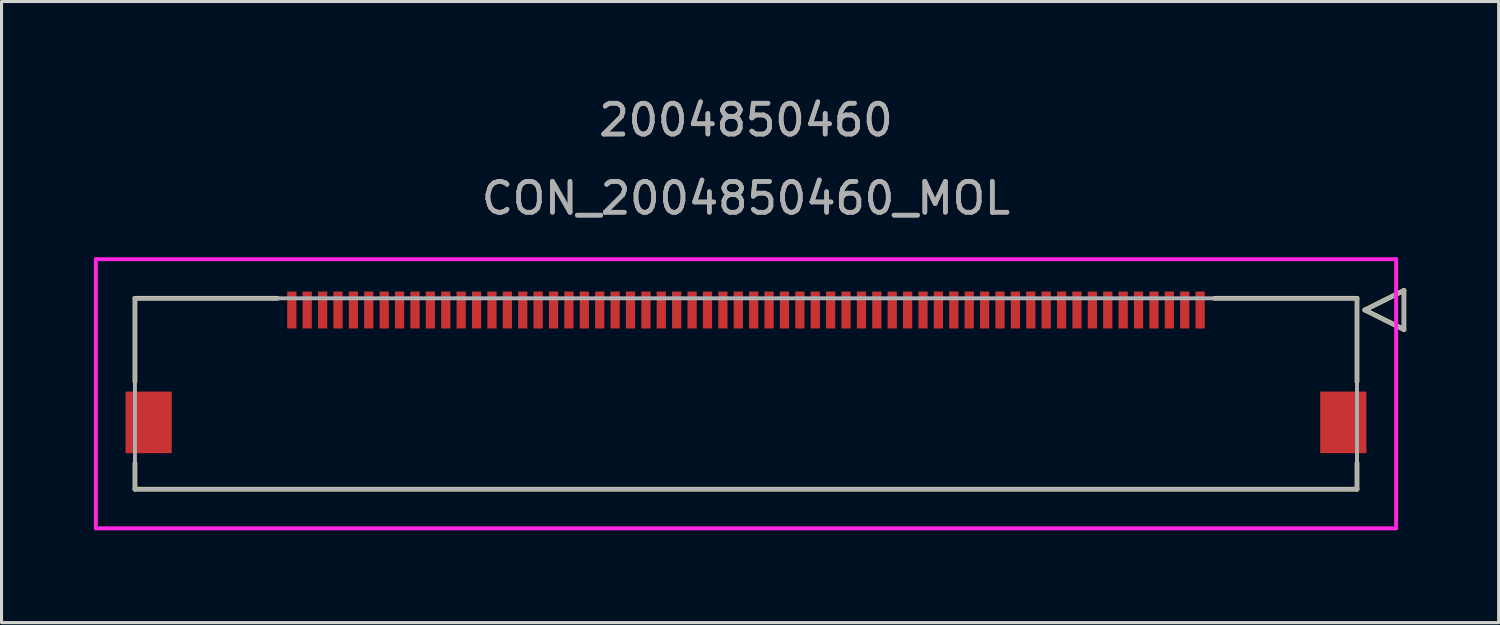
<source format=kicad_pcb>
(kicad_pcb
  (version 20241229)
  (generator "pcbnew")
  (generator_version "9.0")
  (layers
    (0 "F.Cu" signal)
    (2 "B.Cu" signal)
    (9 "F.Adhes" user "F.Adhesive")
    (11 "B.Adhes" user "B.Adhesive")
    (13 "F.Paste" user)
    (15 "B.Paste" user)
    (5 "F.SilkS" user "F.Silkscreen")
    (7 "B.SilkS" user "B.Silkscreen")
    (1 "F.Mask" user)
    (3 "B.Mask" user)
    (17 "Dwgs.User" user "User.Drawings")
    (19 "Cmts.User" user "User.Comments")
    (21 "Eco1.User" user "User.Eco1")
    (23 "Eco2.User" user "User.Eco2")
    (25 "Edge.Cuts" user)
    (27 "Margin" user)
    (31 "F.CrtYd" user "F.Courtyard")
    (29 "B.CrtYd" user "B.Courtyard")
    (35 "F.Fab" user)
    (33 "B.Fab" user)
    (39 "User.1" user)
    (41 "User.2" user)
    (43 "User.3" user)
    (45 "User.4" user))
  (footprint "CON_2004850460_MOL"
    (layer "F.Cu")
    (at 21.178 9.738)
    (property "Reference" "CON_2004850460_MOL" (at 0 -6.35 0) (unlocked yes) (layer "F.Fab") (effects (font (size 1 1) (thickness 0.15))))
    (attr smd)
    (fp_line (start -19.845 -3.1) (end -19.845 -0.39) (stroke (width 0.152) (type solid)) (layer "F.SilkS"))
    (fp_line (start -19.845 2.25) (end -19.845 3.1) (stroke (width 0.152) (type solid)) (layer "F.SilkS"))
    (fp_line (start -19.845 3.1) (end 19.845 3.1) (stroke (width 0.152) (type solid)) (layer "F.SilkS"))
    (fp_line (start -15.22 -3.1) (end -19.845 -3.1) (stroke (width 0.152) (type solid)) (layer "F.SilkS"))
    (fp_line (start 19.845 -3.1) (end 15.22 -3.1) (stroke (width 0.152) (type solid)) (layer "F.SilkS"))
    (fp_line (start 19.845 -0.39) (end 19.845 -3.1) (stroke (width 0.152) (type solid)) (layer "F.SilkS"))
    (fp_line (start 19.845 3.1) (end 19.845 2.25) (stroke (width 0.152) (type solid)) (layer "F.SilkS"))
    (fp_line (start 20.099 -2.72) (end 21.369 -3.355) (stroke (width 0.152) (type solid)) (layer "F.SilkS"))
    (fp_line (start 21.369 -3.355) (end 21.369 -2.085) (stroke (width 0.152) (type solid)) (layer "F.SilkS"))
    (fp_line (start 21.369 -2.085) (end 20.099 -2.72) (stroke (width 0.152) (type solid)) (layer "F.SilkS"))
    (fp_line (start -21.115 -4.37) (end -21.115 4.37) (stroke (width 0.127) (type solid)) (layer "F.CrtYd"))
    (fp_line (start -21.115 4.37) (end 21.115 4.37) (stroke (width 0.127) (type solid)) (layer "F.CrtYd"))
    (fp_line (start 21.115 -4.37) (end -21.115 -4.37) (stroke (width 0.127) (type solid)) (layer "F.CrtYd"))
    (fp_line (start 21.115 4.37) (end 21.115 -4.37) (stroke (width 0.127) (type solid)) (layer "F.CrtYd"))
    (fp_line (start -19.845 -3.1) (end -19.845 3.1) (stroke (width 0.127) (type solid)) (layer "F.Fab"))
    (fp_line (start -19.845 3.1) (end 19.845 3.1) (stroke (width 0.127) (type solid)) (layer "F.Fab"))
    (fp_line (start 19.845 -3.1) (end -19.845 -3.1) (stroke (width 0.127) (type solid)) (layer "F.Fab"))
    (fp_line (start 19.845 3.1) (end 19.845 -3.1) (stroke (width 0.127) (type solid)) (layer "F.Fab"))
    (fp_line (start 20.099 -2.72) (end 21.369 -3.355) (stroke (width 0.127) (type solid)) (layer "F.Fab"))
    (fp_line (start 21.369 -3.355) (end 21.369 -2.085) (stroke (width 0.127) (type solid)) (layer "F.Fab"))
    (fp_line (start 21.369 -2.085) (end 20.099 -2.72) (stroke (width 0.127) (type solid)) (layer "F.Fab"))
    (fp_text user "2004850460" (at 0 -8.89 0) (unlocked yes) (layer "F.Fab") (effects (font (size 1 1) (thickness 0.15))))
    (fp_text user "${REFERENCE}" (at 0 -6.35 0) (unlocked yes) (layer "F.Fab") (effects (font (size 1 1) (thickness 0.15))))
    (fp_text user "2004850460" (at 0 -8.89 0) (unlocked yes) (layer "F.Fab") (effects (font (size 1 1) (thickness 0.15))))
    (pad "1" smd rect (at 14.75 -2.72) (size 0.3 1.2) (layers "F.Cu" "F.Mask" "F.Paste"))
    (pad "2" smd rect (at 14.25 -2.72) (size 0.3 1.2) (layers "F.Cu" "F.Mask" "F.Paste"))
    (pad "3" smd rect (at 13.75 -2.72) (size 0.3 1.2) (layers "F.Cu" "F.Mask" "F.Paste"))
    (pad "4" smd rect (at 13.25 -2.72) (size 0.3 1.2) (layers "F.Cu" "F.Mask" "F.Paste"))
    (pad "5" smd rect (at 12.75 -2.72) (size 0.3 1.2) (layers "F.Cu" "F.Mask" "F.Paste"))
    (pad "6" smd rect (at 12.25 -2.72) (size 0.3 1.2) (layers "F.Cu" "F.Mask" "F.Paste"))
    (pad "7" smd rect (at 11.75 -2.72) (size 0.3 1.2) (layers "F.Cu" "F.Mask" "F.Paste"))
    (pad "8" smd rect (at 11.25 -2.72) (size 0.3 1.2) (layers "F.Cu" "F.Mask" "F.Paste"))
    (pad "9" smd rect (at 10.75 -2.72) (size 0.3 1.2) (layers "F.Cu" "F.Mask" "F.Paste"))
    (pad "10" smd rect (at 10.25 -2.72) (size 0.3 1.2) (layers "F.Cu" "F.Mask" "F.Paste"))
    (pad "11" smd rect (at 9.75 -2.72) (size 0.3 1.2) (layers "F.Cu" "F.Mask" "F.Paste"))
    (pad "12" smd rect (at 9.25 -2.72) (size 0.3 1.2) (layers "F.Cu" "F.Mask" "F.Paste"))
    (pad "13" smd rect (at 8.75 -2.72) (size 0.3 1.2) (layers "F.Cu" "F.Mask" "F.Paste"))
    (pad "14" smd rect (at 8.25 -2.72) (size 0.3 1.2) (layers "F.Cu" "F.Mask" "F.Paste"))
    (pad "15" smd rect (at 7.75 -2.72) (size 0.3 1.2) (layers "F.Cu" "F.Mask" "F.Paste"))
    (pad "16" smd rect (at 7.25 -2.72) (size 0.3 1.2) (layers "F.Cu" "F.Mask" "F.Paste"))
    (pad "17" smd rect (at 6.75 -2.72) (size 0.3 1.2) (layers "F.Cu" "F.Mask" "F.Paste"))
    (pad "18" smd rect (at 6.25 -2.72) (size 0.3 1.2) (layers "F.Cu" "F.Mask" "F.Paste"))
    (pad "19" smd rect (at 5.75 -2.72) (size 0.3 1.2) (layers "F.Cu" "F.Mask" "F.Paste"))
    (pad "20" smd rect (at 5.25 -2.72) (size 0.3 1.2) (layers "F.Cu" "F.Mask" "F.Paste"))
    (pad "21" smd rect (at 4.75 -2.72) (size 0.3 1.2) (layers "F.Cu" "F.Mask" "F.Paste"))
    (pad "22" smd rect (at 4.25 -2.72) (size 0.3 1.2) (layers "F.Cu" "F.Mask" "F.Paste"))
    (pad "23" smd rect (at 3.75 -2.72) (size 0.3 1.2) (layers "F.Cu" "F.Mask" "F.Paste"))
    (pad "24" smd rect (at 3.25 -2.72) (size 0.3 1.2) (layers "F.Cu" "F.Mask" "F.Paste"))
    (pad "25" smd rect (at 2.75 -2.72) (size 0.3 1.2) (layers "F.Cu" "F.Mask" "F.Paste"))
    (pad "26" smd rect (at 2.25 -2.72) (size 0.3 1.2) (layers "F.Cu" "F.Mask" "F.Paste"))
    (pad "27" smd rect (at 1.75 -2.72) (size 0.3 1.2) (layers "F.Cu" "F.Mask" "F.Paste"))
    (pad "28" smd rect (at 1.25 -2.72) (size 0.3 1.2) (layers "F.Cu" "F.Mask" "F.Paste"))
    (pad "29" smd rect (at 0.75 -2.72) (size 0.3 1.2) (layers "F.Cu" "F.Mask" "F.Paste"))
    (pad "30" smd rect (at 0.25 -2.72) (size 0.3 1.2) (layers "F.Cu" "F.Mask" "F.Paste"))
    (pad "31" smd rect (at -0.25 -2.72) (size 0.3 1.2) (layers "F.Cu" "F.Mask" "F.Paste"))
    (pad "32" smd rect (at -0.75 -2.72) (size 0.3 1.2) (layers "F.Cu" "F.Mask" "F.Paste"))
    (pad "33" smd rect (at -1.25 -2.72) (size 0.3 1.2) (layers "F.Cu" "F.Mask" "F.Paste"))
    (pad "34" smd rect (at -1.75 -2.72) (size 0.3 1.2) (layers "F.Cu" "F.Mask" "F.Paste"))
    (pad "35" smd rect (at -2.25 -2.72) (size 0.3 1.2) (layers "F.Cu" "F.Mask" "F.Paste"))
    (pad "36" smd rect (at -2.75 -2.72) (size 0.3 1.2) (layers "F.Cu" "F.Mask" "F.Paste"))
    (pad "37" smd rect (at -3.25 -2.72) (size 0.3 1.2) (layers "F.Cu" "F.Mask" "F.Paste"))
    (pad "38" smd rect (at -3.75 -2.72) (size 0.3 1.2) (layers "F.Cu" "F.Mask" "F.Paste"))
    (pad "39" smd rect (at -4.25 -2.72) (size 0.3 1.2) (layers "F.Cu" "F.Mask" "F.Paste"))
    (pad "40" smd rect (at -4.75 -2.72) (size 0.3 1.2) (layers "F.Cu" "F.Mask" "F.Paste"))
    (pad "41" smd rect (at -5.25 -2.72) (size 0.3 1.2) (layers "F.Cu" "F.Mask" "F.Paste"))
    (pad "42" smd rect (at -5.75 -2.72) (size 0.3 1.2) (layers "F.Cu" "F.Mask" "F.Paste"))
    (pad "43" smd rect (at -6.25 -2.72) (size 0.3 1.2) (layers "F.Cu" "F.Mask" "F.Paste"))
    (pad "44" smd rect (at -6.75 -2.72) (size 0.3 1.2) (layers "F.Cu" "F.Mask" "F.Paste"))
    (pad "45" smd rect (at -7.25 -2.72) (size 0.3 1.2) (layers "F.Cu" "F.Mask" "F.Paste"))
    (pad "46" smd rect (at -7.75 -2.72) (size 0.3 1.2) (layers "F.Cu" "F.Mask" "F.Paste"))
    (pad "47" smd rect (at -8.25 -2.72) (size 0.3 1.2) (layers "F.Cu" "F.Mask" "F.Paste"))
    (pad "48" smd rect (at -8.75 -2.72) (size 0.3 1.2) (layers "F.Cu" "F.Mask" "F.Paste"))
    (pad "49" smd rect (at -9.25 -2.72) (size 0.3 1.2) (layers "F.Cu" "F.Mask" "F.Paste"))
    (pad "50" smd rect (at -9.75 -2.72) (size 0.3 1.2) (layers "F.Cu" "F.Mask" "F.Paste"))
    (pad "51" smd rect (at -10.25 -2.72) (size 0.3 1.2) (layers "F.Cu" "F.Mask" "F.Paste"))
    (pad "52" smd rect (at -10.75 -2.72) (size 0.3 1.2) (layers "F.Cu" "F.Mask" "F.Paste"))
    (pad "53" smd rect (at -11.25 -2.72) (size 0.3 1.2) (layers "F.Cu" "F.Mask" "F.Paste"))
    (pad "54" smd rect (at -11.75 -2.72) (size 0.3 1.2) (layers "F.Cu" "F.Mask" "F.Paste"))
    (pad "55" smd rect (at -12.25 -2.72) (size 0.3 1.2) (layers "F.Cu" "F.Mask" "F.Paste"))
    (pad "56" smd rect (at -12.75 -2.72) (size 0.3 1.2) (layers "F.Cu" "F.Mask" "F.Paste"))
    (pad "57" smd rect (at -13.25 -2.72) (size 0.3 1.2) (layers "F.Cu" "F.Mask" "F.Paste"))
    (pad "58" smd rect (at -13.75 -2.72) (size 0.3 1.2) (layers "F.Cu" "F.Mask" "F.Paste"))
    (pad "59" smd rect (at -14.25 -2.72) (size 0.3 1.2) (layers "F.Cu" "F.Mask" "F.Paste"))
    (pad "60" smd rect (at -14.75 -2.72) (size 0.3 1.2) (layers "F.Cu" "F.Mask" "F.Paste"))
    (pad "P1" smd rect (at 19.4 0.93) (size 1.5 2) (layers "F.Cu" "F.Mask" "F.Paste"))
    (pad "P2" smd rect (at -19.4 0.93) (size 1.5 2) (layers "F.Cu" "F.Mask" "F.Paste")))
  (gr_rect
    (start -3 -3)
    (end 45.624 17.172)
    (stroke (width 0.1) (type default))
    (fill no)
    (layer "Edge.Cuts")))
</source>
